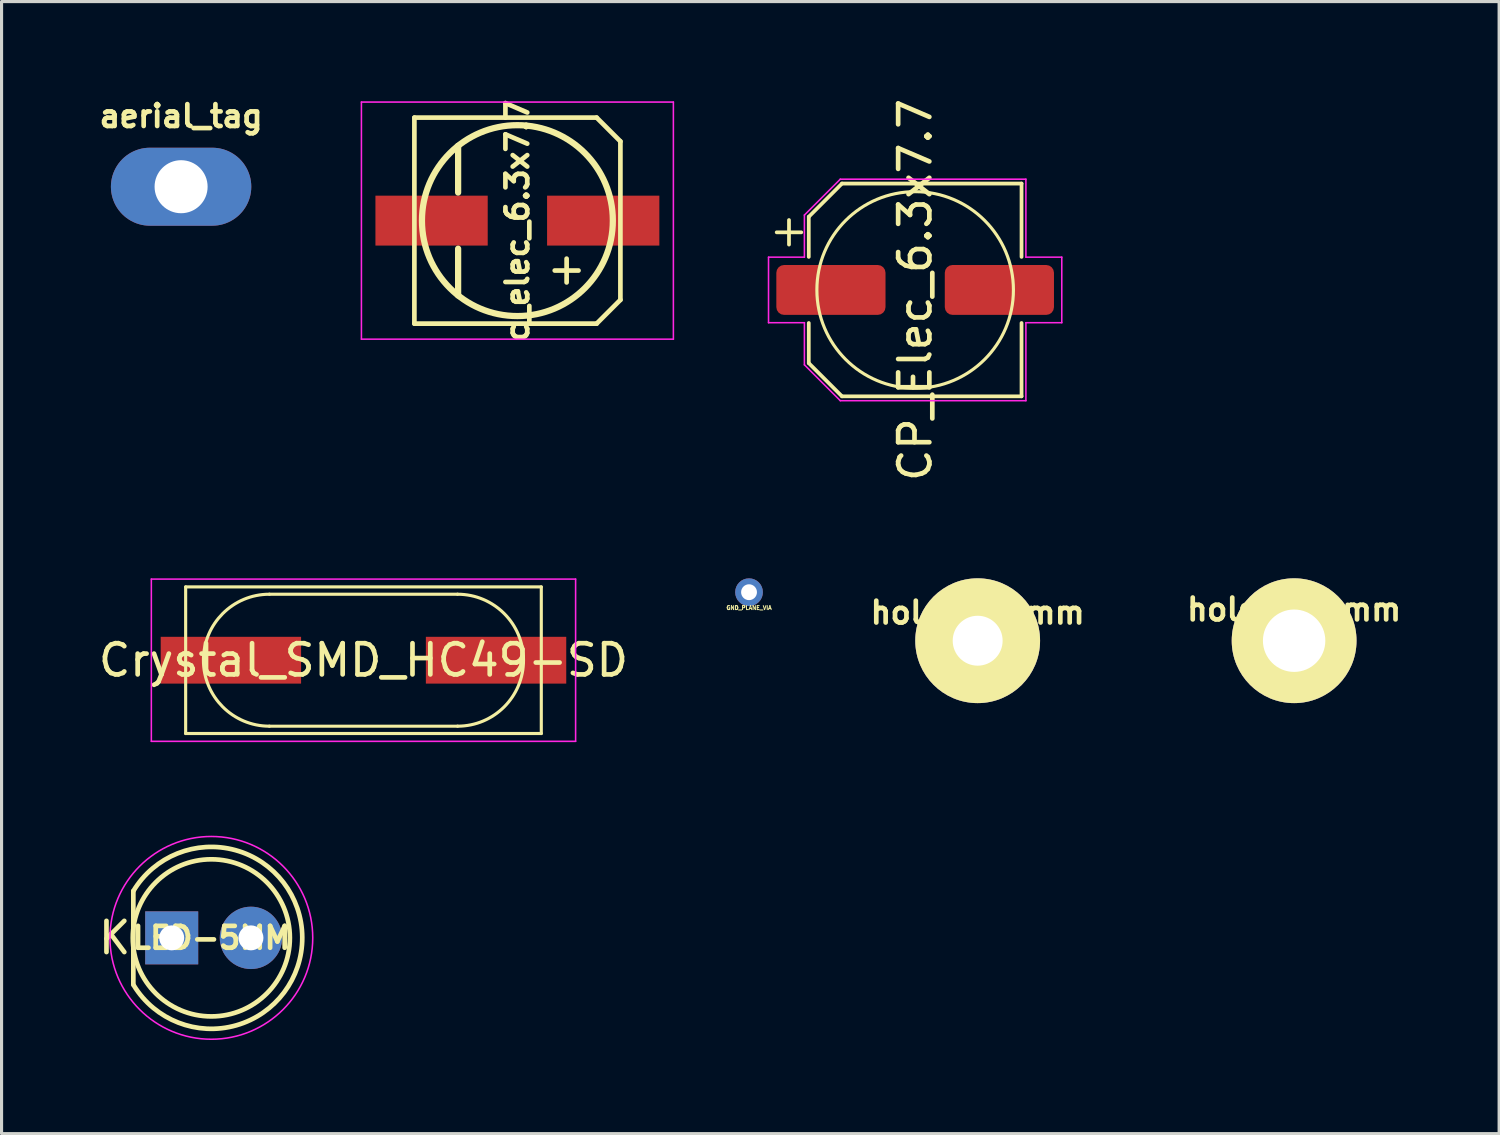
<source format=kicad_pcb>
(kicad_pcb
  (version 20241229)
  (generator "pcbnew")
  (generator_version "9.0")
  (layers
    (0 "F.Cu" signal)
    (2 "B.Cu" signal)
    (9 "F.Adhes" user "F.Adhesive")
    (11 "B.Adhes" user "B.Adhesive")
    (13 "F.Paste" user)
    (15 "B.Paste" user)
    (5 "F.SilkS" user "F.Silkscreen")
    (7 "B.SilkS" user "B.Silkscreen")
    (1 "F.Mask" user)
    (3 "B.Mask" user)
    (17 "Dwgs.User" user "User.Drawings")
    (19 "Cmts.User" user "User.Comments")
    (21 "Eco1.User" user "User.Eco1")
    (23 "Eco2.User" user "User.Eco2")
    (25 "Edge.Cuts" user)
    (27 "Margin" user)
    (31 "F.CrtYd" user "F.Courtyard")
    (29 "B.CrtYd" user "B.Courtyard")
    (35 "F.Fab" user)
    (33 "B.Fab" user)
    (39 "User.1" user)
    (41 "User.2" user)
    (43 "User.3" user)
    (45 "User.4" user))
  (footprint "hole_2-0mm"
    (layer "F.Cu")
    (at 38.433 17.488)
    (property "Reference" "hole_2-0mm" (at 0 -1 0) (layer "F.SilkS") (effects (font (size 0.7 0.7) (thickness 0.15))))
    (attr through_hole)
    (pad "1" thru_hole circle (at 0 0) (size 4 4) (drill 2) (layers "*.Cu" "*.Mask" "F.SilkS")))
  (footprint "CP_Elec_6.3x7.7"
    (layer "F.Cu")
    (at 26.285 6.244)
    (property "Reference" "CP_Elec_6.3x7.7" (at 0 0 270) (layer "F.SilkS") (effects (font (size 1 1) (thickness 0.15))))
    (attr smd)
    (fp_line (start -4.438 -1.847) (end -3.65 -1.847) (stroke (width 0.12) (type solid)) (layer "F.SilkS"))
    (fp_line (start -4.044 -2.241) (end -4.044 -1.454) (stroke (width 0.12) (type solid)) (layer "F.SilkS"))
    (fp_line (start -3.41 -2.346) (end -3.41 -1.06) (stroke (width 0.12) (type solid)) (layer "F.SilkS"))
    (fp_line (start -3.41 -2.346) (end -2.346 -3.41) (stroke (width 0.12) (type solid)) (layer "F.SilkS"))
    (fp_line (start -3.41 2.346) (end -3.41 1.06) (stroke (width 0.12) (type solid)) (layer "F.SilkS"))
    (fp_line (start -3.41 2.346) (end -2.346 3.41) (stroke (width 0.12) (type solid)) (layer "F.SilkS"))
    (fp_line (start -2.346 -3.41) (end 3.41 -3.41) (stroke (width 0.12) (type solid)) (layer "F.SilkS"))
    (fp_line (start -2.346 3.41) (end 3.41 3.41) (stroke (width 0.12) (type solid)) (layer "F.SilkS"))
    (fp_line (start 3.41 -3.41) (end 3.41 -1.06) (stroke (width 0.12) (type solid)) (layer "F.SilkS"))
    (fp_line (start 3.41 3.41) (end 3.41 1.06) (stroke (width 0.12) (type solid)) (layer "F.SilkS"))
    (fp_circle (center 0 0) (end 3.15 0) (stroke (width 0.1) (type solid)) (fill no) (layer "F.SilkS"))
    (fp_line (start -4.7 -1.05) (end -4.7 1.05) (stroke (width 0.05) (type solid)) (layer "F.CrtYd"))
    (fp_line (start -4.7 1.05) (end -3.55 1.05) (stroke (width 0.05) (type solid)) (layer "F.CrtYd"))
    (fp_line (start -3.55 -2.4) (end -3.55 -1.05) (stroke (width 0.05) (type solid)) (layer "F.CrtYd"))
    (fp_line (start -3.55 -2.4) (end -2.4 -3.55) (stroke (width 0.05) (type solid)) (layer "F.CrtYd"))
    (fp_line (start -3.55 -1.05) (end -4.7 -1.05) (stroke (width 0.05) (type solid)) (layer "F.CrtYd"))
    (fp_line (start -3.55 1.05) (end -3.55 2.4) (stroke (width 0.05) (type solid)) (layer "F.CrtYd"))
    (fp_line (start -3.55 2.4) (end -2.4 3.55) (stroke (width 0.05) (type solid)) (layer "F.CrtYd"))
    (fp_line (start -2.4 -3.55) (end 3.55 -3.55) (stroke (width 0.05) (type solid)) (layer "F.CrtYd"))
    (fp_line (start -2.4 3.55) (end 3.55 3.55) (stroke (width 0.05) (type solid)) (layer "F.CrtYd"))
    (fp_line (start 3.55 -3.55) (end 3.55 -1.05) (stroke (width 0.05) (type solid)) (layer "F.CrtYd"))
    (fp_line (start 3.55 -1.05) (end 4.7 -1.05) (stroke (width 0.05) (type solid)) (layer "F.CrtYd"))
    (fp_line (start 3.55 1.05) (end 3.55 3.55) (stroke (width 0.05) (type solid)) (layer "F.CrtYd"))
    (fp_line (start 4.7 -1.05) (end 4.7 1.05) (stroke (width 0.05) (type solid)) (layer "F.CrtYd"))
    (fp_line (start 4.7 1.05) (end 3.55 1.05) (stroke (width 0.05) (type solid)) (layer "F.CrtYd"))
    (pad "1" smd roundrect (at -2.7 0) (size 3.5 1.6) (layers "F.Cu" "F.Mask" "F.Paste") (roundrect_rratio 0.156))
    (pad "2" smd roundrect (at 2.7 0) (size 3.5 1.6) (layers "F.Cu" "F.Mask" "F.Paste") (roundrect_rratio 0.156)))
  (footprint "hole_1-6mm"
    (layer "F.Cu")
    (at 28.289 17.488)
    (property "Reference" "hole_1-6mm" (at 0 -0.9 0) (layer "F.SilkS") (effects (font (size 0.7 0.7) (thickness 0.15))))
    (attr through_hole)
    (pad "1" thru_hole circle (at 0 0) (size 4 4) (drill 1.6) (layers "*.Cu" "*.Mask" "F.SilkS")))
  (footprint "LED-5MM"
    (layer "F.Cu")
    (at 3.725 27.013)
    (property "Reference" "LED-5MM" (at 0 0 0) (layer "F.SilkS") (effects (font (size 0.7 0.7) (thickness 0.15))))
    (attr through_hole)
    (fp_line (start -2.501 1.5) (end -2.501 -1.5) (stroke (width 0.15) (type solid)) (layer "F.SilkS"))
    (fp_arc (start -2.50134 -1.5) (mid 2.9141 -0.014565) (end -2.486228 1.524904) (stroke (width 0.15) (type solid)) (layer "F.SilkS"))
    (fp_circle (center -0.001 0) (end -0.301 -2.5) (stroke (width 0.15) (type solid)) (fill no) (layer "F.SilkS"))
    (fp_circle (center 0 0) (end 3.25 0) (stroke (width 0.05) (type solid)) (fill no) (layer "F.CrtYd"))
    (fp_text user "K" (at -3.1 0 0) (layer "F.SilkS") (effects (font (size 1 1) (thickness 0.15))))
    (pad "1" thru_hole rect (at -1.271 0 90) (size 1.699 1.699) (drill 0.8) (layers "*.Cu" "*.Mask"))
    (pad "2" thru_hole circle (at 1.269 0) (size 1.999 1.999) (drill 0.8) (layers "*.Cu" "*.Mask")))
  (footprint "Crystal_SMD_HC49-SD"
    (layer "F.Cu")
    (at 8.601 18.113)
    (property "Reference" "Crystal_SMD_HC49-SD" (at 0 0 0) (layer "F.SilkS") (effects (font (size 1 1) (thickness 0.15))))
    (attr smd)
    (fp_line (start -5.7 -2.35) (end -5.7 2.35) (stroke (width 0.1) (type solid)) (layer "F.SilkS"))
    (fp_line (start -5.7 2.35) (end 5.7 2.35) (stroke (width 0.1) (type solid)) (layer "F.SilkS"))
    (fp_line (start -3.015 -2.115) (end 3.015 -2.115) (stroke (width 0.1) (type solid)) (layer "F.SilkS"))
    (fp_line (start -3.015 2.115) (end 3.015 2.115) (stroke (width 0.1) (type solid)) (layer "F.SilkS"))
    (fp_line (start 5.7 -2.35) (end -5.7 -2.35) (stroke (width 0.1) (type solid)) (layer "F.SilkS"))
    (fp_line (start 5.7 2.35) (end 5.7 -2.35) (stroke (width 0.1) (type solid)) (layer "F.SilkS"))
    (fp_arc (start -3.015 2.115) (mid -5.13 0) (end -3.015 -2.115) (stroke (width 0.1) (type solid)) (layer "F.SilkS"))
    (fp_arc (start 3.015 -2.115) (mid 5.13 0) (end 3.015 2.115) (stroke (width 0.1) (type solid)) (layer "F.SilkS"))
    (fp_line (start -6.8 -2.6) (end -6.8 2.6) (stroke (width 0.05) (type solid)) (layer "F.CrtYd"))
    (fp_line (start -6.8 2.6) (end 6.8 2.6) (stroke (width 0.05) (type solid)) (layer "F.CrtYd"))
    (fp_line (start 6.8 -2.6) (end -6.8 -2.6) (stroke (width 0.05) (type solid)) (layer "F.CrtYd"))
    (fp_line (start 6.8 2.6) (end 6.8 -2.6) (stroke (width 0.05) (type solid)) (layer "F.CrtYd"))
    (pad "1" smd rect (at -4.25 0) (size 4.5 1.5) (layers "F.Cu" "F.Mask"))
    (pad "2" smd rect (at 4.25 0) (size 4.5 1.5) (layers "F.Cu" "F.Mask")))
  (footprint "c_elec_6.3x7.7"
    (layer "F.Cu")
    (at 13.535 4.022)
    (property "Reference" "c_elec_6.3x7.7" (at 0 0 90) (layer "F.SilkS") (effects (font (size 0.7 0.7) (thickness 0.15))))
    (attr smd)
    (fp_line (start -3.302 -3.302) (end -3.302 3.302) (stroke (width 0.15) (type solid)) (layer "F.SilkS"))
    (fp_line (start -3.302 3.302) (end 2.54 3.302) (stroke (width 0.15) (type solid)) (layer "F.SilkS"))
    (fp_line (start -1.9 -2.4) (end -1.9 -0.9) (stroke (width 0.2) (type solid)) (layer "F.SilkS"))
    (fp_line (start -1.9 0.9) (end -1.9 2.4) (stroke (width 0.2) (type solid)) (layer "F.SilkS"))
    (fp_line (start 1.578 1.219) (end 1.578 1.981) (stroke (width 0.15) (type solid)) (layer "F.SilkS"))
    (fp_line (start 1.959 1.6) (end 1.197 1.6) (stroke (width 0.15) (type solid)) (layer "F.SilkS"))
    (fp_line (start 2.54 -3.302) (end -3.302 -3.302) (stroke (width 0.15) (type solid)) (layer "F.SilkS"))
    (fp_line (start 2.54 3.302) (end 3.302 2.54) (stroke (width 0.15) (type solid)) (layer "F.SilkS"))
    (fp_line (start 3.302 -2.54) (end 2.54 -3.302) (stroke (width 0.15) (type solid)) (layer "F.SilkS"))
    (fp_line (start 3.302 2.54) (end 3.302 -2.54) (stroke (width 0.15) (type solid)) (layer "F.SilkS"))
    (fp_circle (center 0 0) (end 0.6 -3) (stroke (width 0.2) (type solid)) (fill no) (layer "F.SilkS"))
    (fp_line (start -5 -3.8) (end 5 -3.8) (stroke (width 0.05) (type solid)) (layer "F.CrtYd"))
    (fp_line (start -5 3.8) (end -5 -3.8) (stroke (width 0.05) (type solid)) (layer "F.CrtYd"))
    (fp_line (start 5 -3.8) (end 5 3.8) (stroke (width 0.05) (type solid)) (layer "F.CrtYd"))
    (fp_line (start 5 3.8) (end -5 3.8) (stroke (width 0.05) (type solid)) (layer "F.CrtYd"))
    (pad "1" smd rect (at 2.751 0) (size 3.599 1.6) (layers "F.Cu" "F.Mask"))
    (pad "2" smd rect (at -2.751 0) (size 3.599 1.6) (layers "F.Cu" "F.Mask")))
  (footprint "GND_PLANE_VIA"
    (layer "F.Cu")
    (at 20.96 15.933)
    (property "Reference" "GND_PLANE_VIA" (at 0 0.5 0) (layer "F.SilkS") (effects (font (size 0.127 0.127) (thickness 0.032))))
    (attr through_hole)
    (pad "1" thru_hole circle (at 0 0) (size 0.889 0.889) (drill 0.508) (layers "*.Cu")))
  (footprint "aerial_tag"
    (layer "F.Cu")
    (at 2.755 2.935)
    (property "Reference" "aerial_tag" (at 0 -2.263 0) (layer "F.SilkS") (effects (font (size 0.7 0.7) (thickness 0.15))))
    (attr through_hole)
    (pad "1" thru_hole oval (at 0 0) (size 4.5 2.5) (drill 1.7) (layers "*.Cu" "*.Mask")))
  (gr_rect
    (start -3 -3)
    (end 45.004 33.288)
    (stroke (width 0.1) (type default))
    (fill no)
    (layer "Edge.Cuts")))
</source>
